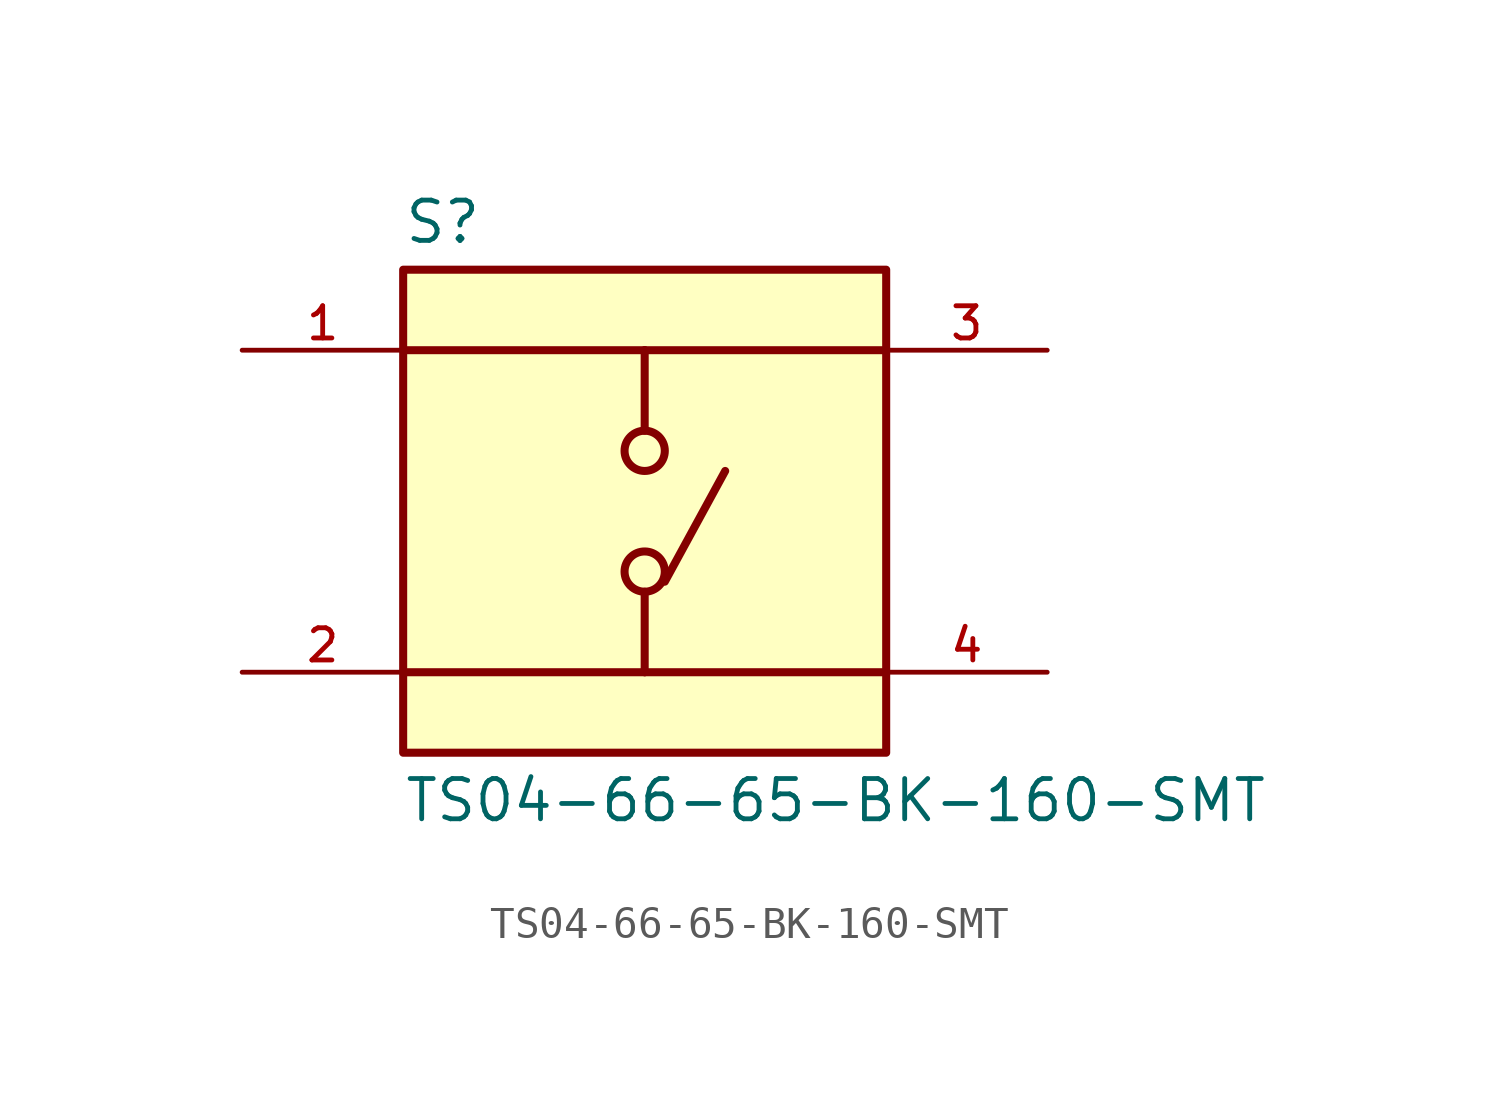
<source format=kicad_sym>
(kicad_symbol_lib
  (version 20211014)
  (generator kicad_symbol_editor)
  (symbol "TS04-66-65-BK-160-SMT"
    (pin_names
      (offset 1.016))
    (property "Reference" "S"
      (at -7.62 8.382 0)
      (effects (font (size 1.27 1.27)) (justify bottom left)))
    (property "Value" "TS04-66-65-BK-160-SMT"
      (at -7.62 -8.382 0)
      (effects (font (size 1.27 1.27)) (justify top left)))
    (symbol "TS04-66-65-BK-160-SMT_0_0"
      (polyline (pts (xy 0.0 5.08) (xy 0.0 2.54)) (stroke (width 0.254)))
      (polyline (pts (xy 0.0 -2.54) (xy 0.0 -5.08)) (stroke (width 0.254)))
      (polyline (pts (xy 0.0 5.08) (xy -7.62 5.08)) (stroke (width 0.254)))
      (polyline (pts (xy 0.0 5.08) (xy 7.62 5.08)) (stroke (width 0.254)))
      (polyline (pts (xy 0.0 -5.08) (xy -7.62 -5.08)) (stroke (width 0.254)))
      (polyline (pts (xy 0.0 -5.08) (xy 7.62 -5.08)) (stroke (width 0.254)))
      (circle (center 0.0 -1.905) (radius 0.635) (stroke (width 0.254)) (fill (type none)))
      (circle (center 0.0 1.905) (radius 0.635) (stroke (width 0.254)) (fill (type none)))
      (polyline (pts (xy 0.635 -2.223) (xy 2.54 1.27)) (stroke (width 0.254)))
      (rectangle (start -7.62 -7.62) (end 7.62 7.62) (stroke (width 0.254)) (fill (type background)))
      (pin passive line (at -12.7 5.08 0) (length 5.08) (name "~" (effects (font (size 1.016 1.016)))) (number "1" (effects (font (size 1.016 1.016)))))
      (pin passive line (at -12.7 -5.08 0) (length 5.08) (name "~" (effects (font (size 1.016 1.016)))) (number "2" (effects (font (size 1.016 1.016)))))
      (pin passive line (at 12.7 5.08 180.0) (length 5.08) (name "~" (effects (font (size 1.016 1.016)))) (number "3" (effects (font (size 1.016 1.016)))))
      (pin passive line (at 12.7 -5.08 180.0) (length 5.08) (name "~" (effects (font (size 1.016 1.016)))) (number "4" (effects (font (size 1.016 1.016))))))))
</source>
